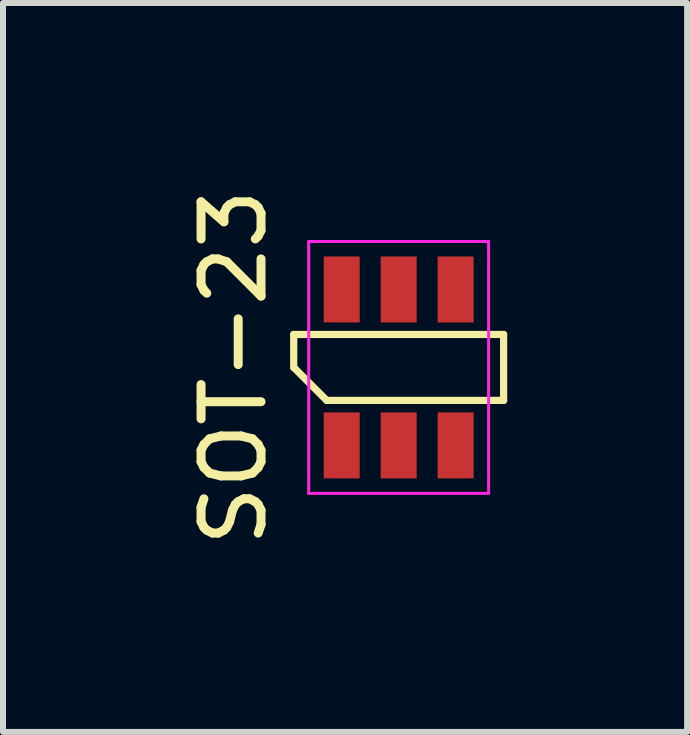
<source format=kicad_pcb>
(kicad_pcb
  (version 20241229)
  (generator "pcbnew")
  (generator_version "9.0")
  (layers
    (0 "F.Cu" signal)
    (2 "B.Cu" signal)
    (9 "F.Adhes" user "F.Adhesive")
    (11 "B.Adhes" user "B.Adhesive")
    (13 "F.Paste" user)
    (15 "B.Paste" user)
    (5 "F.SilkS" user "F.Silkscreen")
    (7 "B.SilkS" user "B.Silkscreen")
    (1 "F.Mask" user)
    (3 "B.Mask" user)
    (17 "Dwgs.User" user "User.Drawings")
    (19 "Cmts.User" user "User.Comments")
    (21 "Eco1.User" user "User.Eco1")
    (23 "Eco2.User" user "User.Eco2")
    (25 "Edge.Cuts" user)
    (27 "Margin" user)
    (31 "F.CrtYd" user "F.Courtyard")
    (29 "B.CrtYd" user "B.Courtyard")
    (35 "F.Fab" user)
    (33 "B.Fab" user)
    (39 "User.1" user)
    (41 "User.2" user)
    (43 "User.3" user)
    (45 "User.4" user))
  (footprint "SOT-23"
    (layer "F.Cu")
    (at 3.598 3.077)
    (property "Reference" "SOT-23" (at -2.75 0 90) (layer "F.SilkS") (effects (font (size 1 1) (thickness 0.15))))
    (attr smd)
    (fp_line (start -1.75 -0.55) (end 1.75 -0.55) (stroke (width 0.12) (type solid)) (layer "F.SilkS"))
    (fp_line (start -1.75 0) (end -1.75 -0.55) (stroke (width 0.12) (type solid)) (layer "F.SilkS"))
    (fp_line (start -1.2 0.55) (end -1.75 0) (stroke (width 0.12) (type solid)) (layer "F.SilkS"))
    (fp_line (start 1.75 -0.55) (end 1.75 0.55) (stroke (width 0.12) (type solid)) (layer "F.SilkS"))
    (fp_line (start 1.75 0.55) (end -1.2 0.55) (stroke (width 0.12) (type solid)) (layer "F.SilkS"))
    (fp_line (start -1.5 -2.1) (end 1.5 -2.1) (stroke (width 0.05) (type solid)) (layer "F.CrtYd"))
    (fp_line (start -1.5 2.1) (end -1.5 -2.1) (stroke (width 0.05) (type solid)) (layer "F.CrtYd"))
    (fp_line (start 1.5 -2.1) (end 1.5 2.1) (stroke (width 0.05) (type solid)) (layer "F.CrtYd"))
    (fp_line (start 1.5 2.1) (end -1.5 2.1) (stroke (width 0.05) (type solid)) (layer "F.CrtYd"))
    (pad "1" smd rect (at -0.95 1.3) (size 0.6 1.1) (layers "F.Cu" "F.Mask" "F.Paste"))
    (pad "2" smd rect (at 0 1.3) (size 0.6 1.1) (layers "F.Cu" "F.Mask" "F.Paste"))
    (pad "3" smd rect (at 0.95 1.3) (size 0.6 1.1) (layers "F.Cu" "F.Mask" "F.Paste"))
    (pad "4" smd rect (at 0.95 -1.3) (size 0.6 1.1) (layers "F.Cu" "F.Mask" "F.Paste"))
    (pad "5" smd rect (at 0 -1.3) (size 0.6 1.1) (layers "F.Cu" "F.Mask" "F.Paste"))
    (pad "6" smd rect (at -0.95 -1.3) (size 0.6 1.1) (layers "F.Cu" "F.Mask" "F.Paste")))
  (gr_rect
    (start -3 -3)
    (end 8.408 9.155)
    (stroke (width 0.1) (type default))
    (fill no)
    (layer "Edge.Cuts")))
</source>
